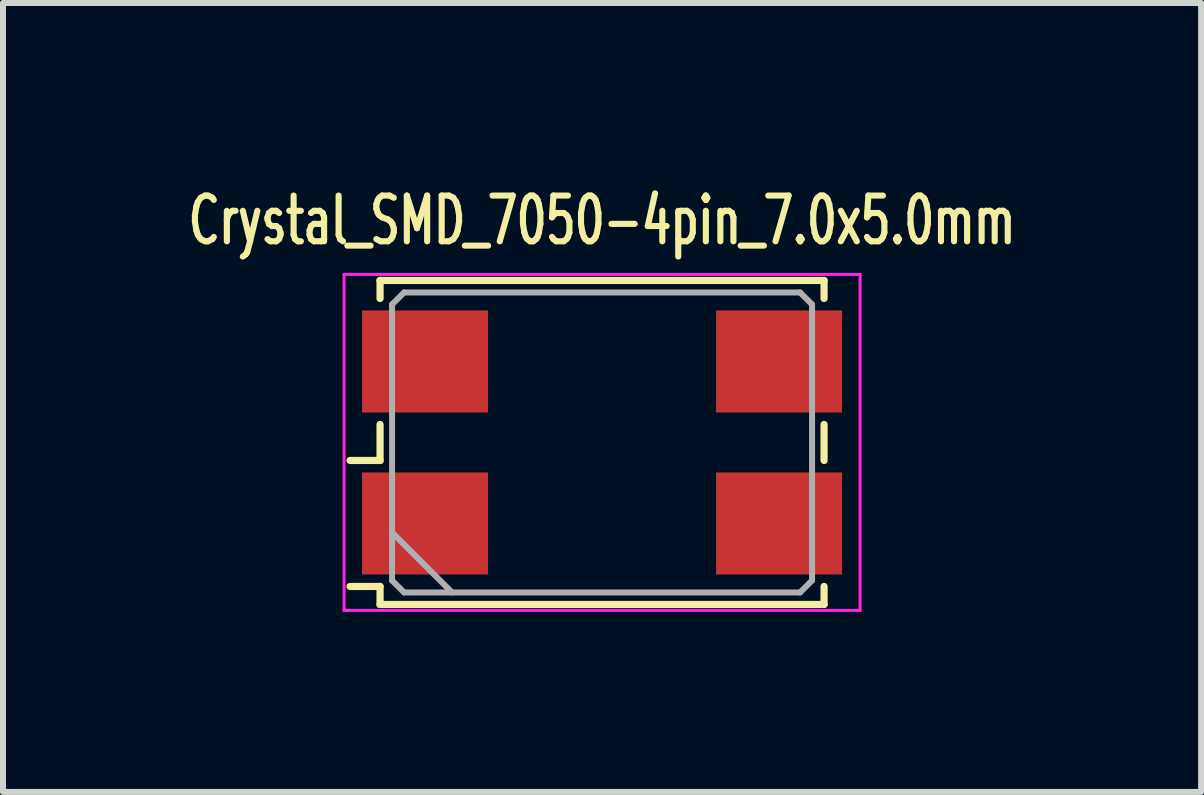
<source format=kicad_pcb>
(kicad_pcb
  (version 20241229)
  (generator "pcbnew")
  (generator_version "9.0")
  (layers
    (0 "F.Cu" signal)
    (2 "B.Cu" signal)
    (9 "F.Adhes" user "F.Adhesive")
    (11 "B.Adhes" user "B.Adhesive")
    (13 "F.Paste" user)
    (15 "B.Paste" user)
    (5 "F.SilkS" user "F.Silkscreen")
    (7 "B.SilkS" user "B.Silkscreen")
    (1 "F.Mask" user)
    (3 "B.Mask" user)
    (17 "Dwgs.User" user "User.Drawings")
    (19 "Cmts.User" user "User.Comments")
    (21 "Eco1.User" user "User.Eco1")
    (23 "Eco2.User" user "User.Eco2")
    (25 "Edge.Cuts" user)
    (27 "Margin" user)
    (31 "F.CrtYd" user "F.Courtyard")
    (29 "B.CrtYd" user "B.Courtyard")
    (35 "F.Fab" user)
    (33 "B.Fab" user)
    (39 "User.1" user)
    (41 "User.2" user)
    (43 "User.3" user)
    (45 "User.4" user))
  (footprint "Crystal_SMD_7050-4pin_7.0x5.0mm"
    (layer "F.Cu")
    (at 6.984 4.324)
    (property "Reference" "Crystal_SMD_7050-4pin_7.0x5.0mm" (at 0 -3.7 0) (layer "F.SilkS") (effects (font (size 0.762 0.508) (thickness 0.102))))
    (attr smd)
    (fp_line (start -4.2 0.3) (end -3.7 0.3) (stroke (width 0.12) (type solid)) (layer "F.SilkS"))
    (fp_line (start -4.2 2.4) (end -3.7 2.4) (stroke (width 0.12) (type solid)) (layer "F.SilkS"))
    (fp_line (start -3.7 -2.7) (end 3.7 -2.7) (stroke (width 0.12) (type solid)) (layer "F.SilkS"))
    (fp_line (start -3.7 -2.4) (end -3.7 -2.7) (stroke (width 0.12) (type solid)) (layer "F.SilkS"))
    (fp_line (start -3.7 0.3) (end -3.7 -0.3) (stroke (width 0.12) (type solid)) (layer "F.SilkS"))
    (fp_line (start -3.7 2.4) (end -3.7 2.7) (stroke (width 0.12) (type solid)) (layer "F.SilkS"))
    (fp_line (start -3.7 2.7) (end 3.7 2.7) (stroke (width 0.12) (type solid)) (layer "F.SilkS"))
    (fp_line (start 3.7 -2.7) (end 3.7 -2.4) (stroke (width 0.12) (type solid)) (layer "F.SilkS"))
    (fp_line (start 3.7 -0.3) (end 3.7 0.3) (stroke (width 0.12) (type solid)) (layer "F.SilkS"))
    (fp_line (start 3.7 2.7) (end 3.7 2.4) (stroke (width 0.12) (type solid)) (layer "F.SilkS"))
    (fp_line (start -4.3 -2.8) (end -4.3 2.8) (stroke (width 0.05) (type solid)) (layer "F.CrtYd"))
    (fp_line (start -4.3 2.8) (end 4.3 2.8) (stroke (width 0.05) (type solid)) (layer "F.CrtYd"))
    (fp_line (start 4.3 -2.8) (end -4.3 -2.8) (stroke (width 0.05) (type solid)) (layer "F.CrtYd"))
    (fp_line (start 4.3 2.8) (end 4.3 -2.8) (stroke (width 0.05) (type solid)) (layer "F.CrtYd"))
    (fp_line (start -3.5 -2.3) (end -3.3 -2.5) (stroke (width 0.1) (type solid)) (layer "F.Fab"))
    (fp_line (start -3.5 1.5) (end -2.5 2.5) (stroke (width 0.1) (type solid)) (layer "F.Fab"))
    (fp_line (start -3.5 2.3) (end -3.5 -2.3) (stroke (width 0.1) (type solid)) (layer "F.Fab"))
    (fp_line (start -3.3 -2.5) (end 3.3 -2.5) (stroke (width 0.1) (type solid)) (layer "F.Fab"))
    (fp_line (start -3.3 2.5) (end -3.5 2.3) (stroke (width 0.1) (type solid)) (layer "F.Fab"))
    (fp_line (start 3.3 -2.5) (end 3.5 -2.3) (stroke (width 0.1) (type solid)) (layer "F.Fab"))
    (fp_line (start 3.3 2.5) (end -3.3 2.5) (stroke (width 0.1) (type solid)) (layer "F.Fab"))
    (fp_line (start 3.5 -2.3) (end 3.5 2.3) (stroke (width 0.1) (type solid)) (layer "F.Fab"))
    (fp_line (start 3.5 2.3) (end 3.3 2.5) (stroke (width 0.1) (type solid)) (layer "F.Fab"))
    (pad "1" smd rect (at -2.95 1.35) (size 2.1 1.7) (layers "F.Cu" "F.Mask" "F.Paste"))
    (pad "2" smd rect (at 2.95 1.35) (size 2.1 1.7) (layers "F.Cu" "F.Mask" "F.Paste"))
    (pad "3" smd rect (at 2.95 -1.35) (size 2.1 1.7) (layers "F.Cu" "F.Mask" "F.Paste"))
    (pad "4" smd rect (at -2.95 -1.35) (size 2.1 1.7) (layers "F.Cu" "F.Mask" "F.Paste")))
  (gr_rect
    (start -3 -3)
    (end 16.968 10.149)
    (stroke (width 0.1) (type default))
    (fill no)
    (layer "Edge.Cuts")))
</source>
